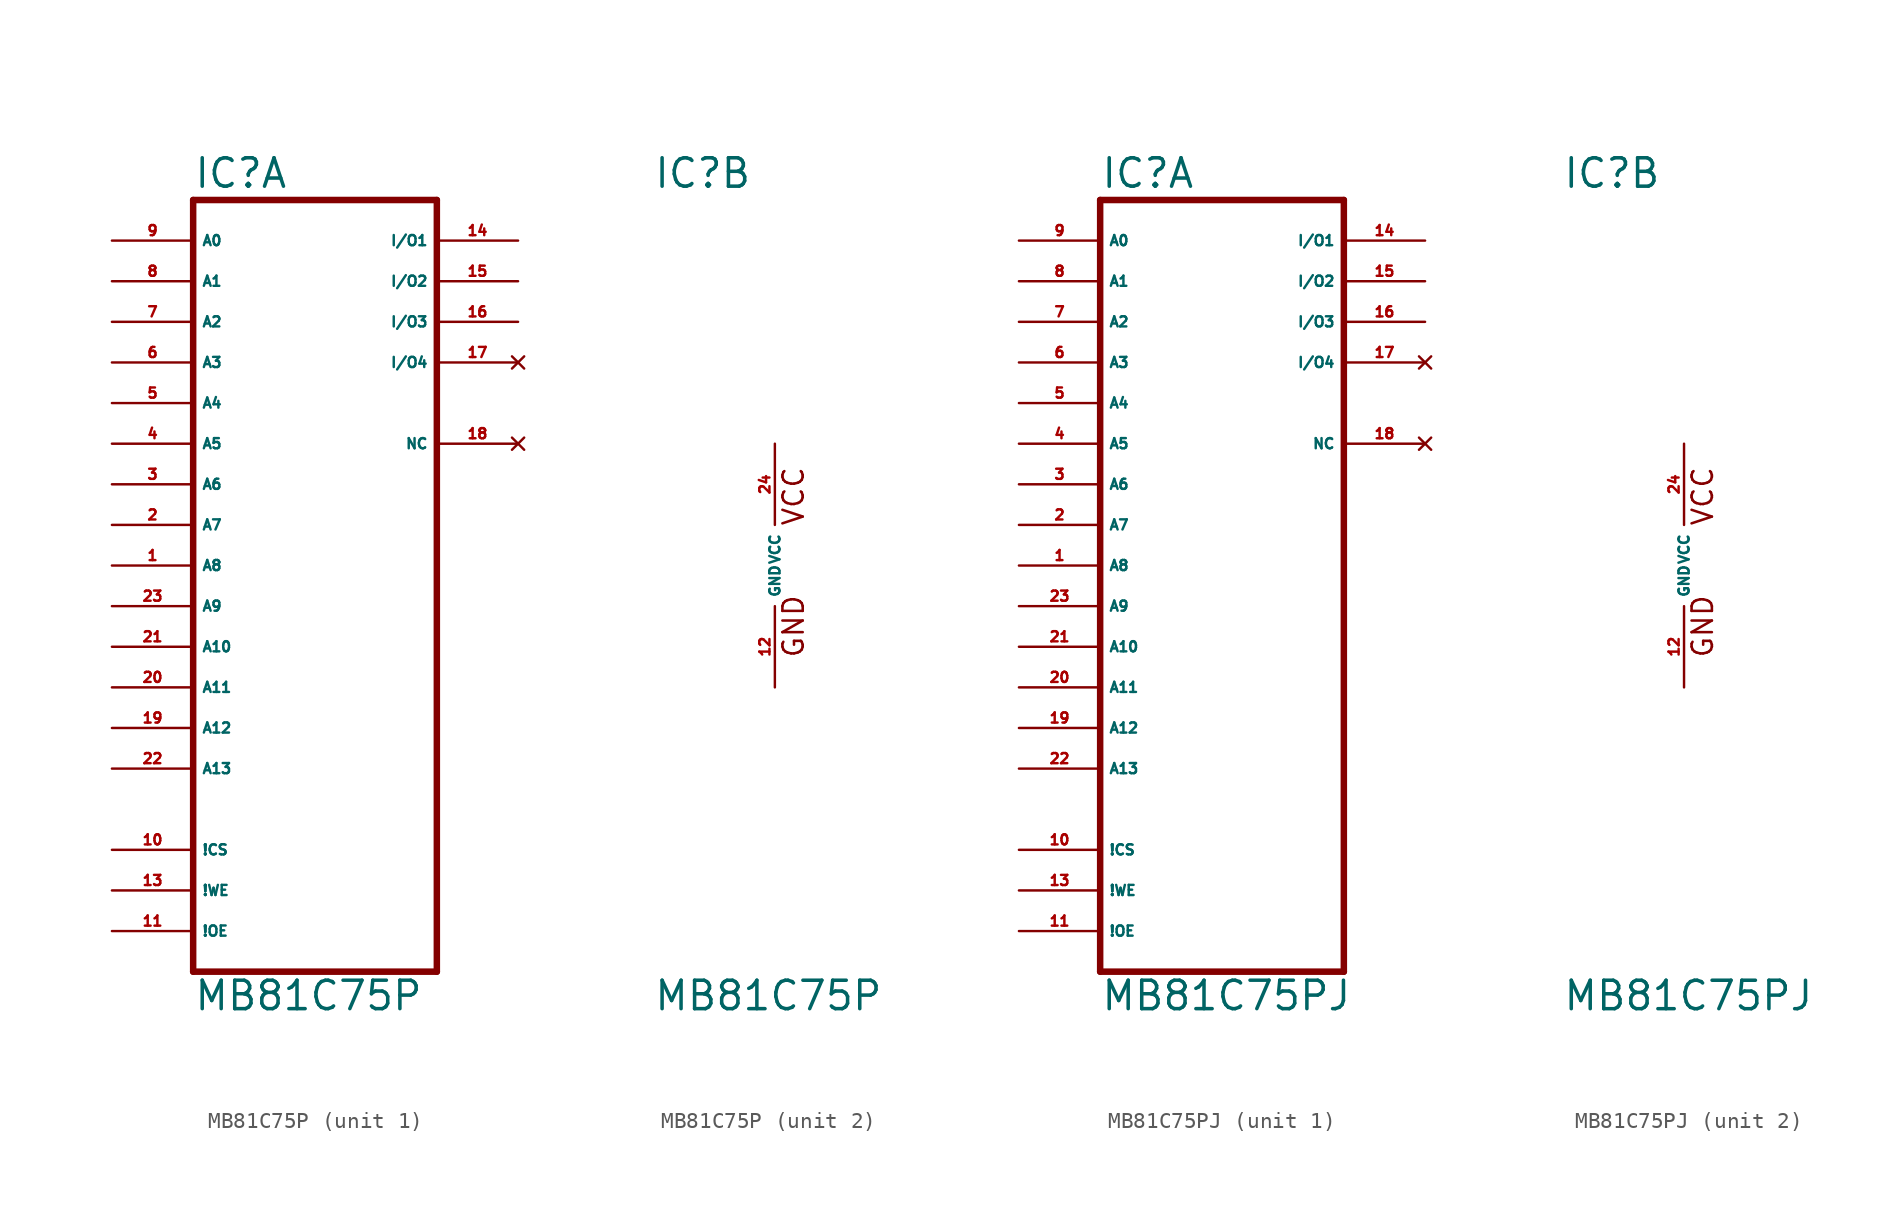
<source format=kicad_sym>
(kicad_symbol_lib
  (version 20220914)
  (generator Eagle2Kicad)
  (symbol "MB81C75P"
    (property "Reference" "IC"
      (at -7.62 23.495 0)
      (effects (font (size 1.778 1.778) (thickness 0.22)) (justify left bottom)))
    (property "Value" "MB81C75P"
      (at -7.62 -27.94 0)
      (effects (font (size 1.778 1.778) (thickness 0.22)) (justify left bottom)))
    (symbol "MB81C75P_1_0"
      (polyline (pts (xy -7.62 -25.4) (xy -7.62 22.86)) (stroke (width 0.406) (type default)) (fill (type none)))
      (polyline (pts (xy -7.62 22.86) (xy 7.62 22.86)) (stroke (width 0.406) (type default)) (fill (type none)))
      (polyline (pts (xy 7.62 22.86) (xy 7.62 -25.4)) (stroke (width 0.406) (type default)) (fill (type none)))
      (polyline (pts (xy 7.62 -25.4) (xy -7.62 -25.4)) (stroke (width 0.406) (type default)) (fill (type none)))
      (pin input line (at -12.7 20.32 0) (length 5.08) (name "A0" (effects (font (size 0.635 0.635) (thickness 0.08)) (justify left bottom))) (number "9" (effects (font (size 0.635 0.635) (thickness 0.08)) (justify left bottom))))
      (pin input line (at -12.7 17.78 0) (length 5.08) (name "A1" (effects (font (size 0.635 0.635) (thickness 0.08)) (justify left bottom))) (number "8" (effects (font (size 0.635 0.635) (thickness 0.08)) (justify left bottom))))
      (pin input line (at -12.7 15.24 0) (length 5.08) (name "A2" (effects (font (size 0.635 0.635) (thickness 0.08)) (justify left bottom))) (number "7" (effects (font (size 0.635 0.635) (thickness 0.08)) (justify left bottom))))
      (pin input line (at -12.7 12.7 0) (length 5.08) (name "A3" (effects (font (size 0.635 0.635) (thickness 0.08)) (justify left bottom))) (number "6" (effects (font (size 0.635 0.635) (thickness 0.08)) (justify left bottom))))
      (pin input line (at -12.7 10.16 0) (length 5.08) (name "A4" (effects (font (size 0.635 0.635) (thickness 0.08)) (justify left bottom))) (number "5" (effects (font (size 0.635 0.635) (thickness 0.08)) (justify left bottom))))
      (pin input line (at -12.7 5.08 0) (length 5.08) (name "A6" (effects (font (size 0.635 0.635) (thickness 0.08)) (justify left bottom))) (number "3" (effects (font (size 0.635 0.635) (thickness 0.08)) (justify left bottom))))
      (pin input line (at -12.7 7.62 0) (length 5.08) (name "A5" (effects (font (size 0.635 0.635) (thickness 0.08)) (justify left bottom))) (number "4" (effects (font (size 0.635 0.635) (thickness 0.08)) (justify left bottom))))
      (pin input line (at -12.7 2.54 0) (length 5.08) (name "A7" (effects (font (size 0.635 0.635) (thickness 0.08)) (justify left bottom))) (number "2" (effects (font (size 0.635 0.635) (thickness 0.08)) (justify left bottom))))
      (pin input line (at -12.7 0 0) (length 5.08) (name "A8" (effects (font (size 0.635 0.635) (thickness 0.08)) (justify left bottom))) (number "1" (effects (font (size 0.635 0.635) (thickness 0.08)) (justify left bottom))))
      (pin input line (at -12.7 -2.54 0) (length 5.08) (name "A9" (effects (font (size 0.635 0.635) (thickness 0.08)) (justify left bottom))) (number "23" (effects (font (size 0.635 0.635) (thickness 0.08)) (justify left bottom))))
      (pin input line (at -12.7 -5.08 0) (length 5.08) (name "A10" (effects (font (size 0.635 0.635) (thickness 0.08)) (justify left bottom))) (number "21" (effects (font (size 0.635 0.635) (thickness 0.08)) (justify left bottom))))
      (pin input line (at -12.7 -7.62 0) (length 5.08) (name "A11" (effects (font (size 0.635 0.635) (thickness 0.08)) (justify left bottom))) (number "20" (effects (font (size 0.635 0.635) (thickness 0.08)) (justify left bottom))))
      (pin bidirectional line (at 12.7 20.32 180) (length 5.08) (name "I/O1" (effects (font (size 0.635 0.635) (thickness 0.08)) (justify left bottom))) (number "14" (effects (font (size 0.635 0.635) (thickness 0.08)) (justify left bottom))))
      (pin bidirectional line (at 12.7 17.78 180) (length 5.08) (name "I/O2" (effects (font (size 0.635 0.635) (thickness 0.08)) (justify left bottom))) (number "15" (effects (font (size 0.635 0.635) (thickness 0.08)) (justify left bottom))))
      (pin bidirectional line (at 12.7 15.24 180) (length 5.08) (name "I/O3" (effects (font (size 0.635 0.635) (thickness 0.08)) (justify left bottom))) (number "16" (effects (font (size 0.635 0.635) (thickness 0.08)) (justify left bottom))))
      (pin no_connect line (at 12.7 12.7 180) (length 5.08) (name "I/O4" (effects (font (size 0.635 0.635) (thickness 0.08)) (justify left bottom) hide)) (number "17" (effects (font (size 0.635 0.635) (thickness 0.08)) (justify left bottom) hide)))
      (pin input line (at -12.7 -17.78 0) (length 5.08) (name "!CS" (effects (font (size 0.635 0.635) (thickness 0.08)) (justify left bottom))) (number "10" (effects (font (size 0.635 0.635) (thickness 0.08)) (justify left bottom))))
      (pin input line (at -12.7 -20.32 0) (length 5.08) (name "!WE" (effects (font (size 0.635 0.635) (thickness 0.08)) (justify left bottom))) (number "13" (effects (font (size 0.635 0.635) (thickness 0.08)) (justify left bottom))))
      (pin input line (at -12.7 -10.16 0) (length 5.08) (name "A12" (effects (font (size 0.635 0.635) (thickness 0.08)) (justify left bottom))) (number "19" (effects (font (size 0.635 0.635) (thickness 0.08)) (justify left bottom))))
      (pin input line (at -12.7 -12.7 0) (length 5.08) (name "A13" (effects (font (size 0.635 0.635) (thickness 0.08)) (justify left bottom))) (number "22" (effects (font (size 0.635 0.635) (thickness 0.08)) (justify left bottom))))
      (pin input line (at -12.7 -22.86 0) (length 5.08) (name "!OE" (effects (font (size 0.635 0.635) (thickness 0.08)) (justify left bottom))) (number "11" (effects (font (size 0.635 0.635) (thickness 0.08)) (justify left bottom))))
      (pin no_connect line (at 12.7 7.62 180) (length 5.08) (name "NC" (effects (font (size 0.635 0.635) (thickness 0.08)) (justify left bottom) hide)) (number "18" (effects (font (size 0.635 0.635) (thickness 0.08)) (justify left bottom) hide))))
    (symbol "MB81C75P_2_0"
      (text "VCC" (at 1.905 2.413 900) (effects (font (size 1.27 1.27) (thickness 0.16)) (justify left bottom)))
      (text "GND" (at 1.905 -5.842 900) (effects (font (size 1.27 1.27) (thickness 0.16)) (justify left bottom)))
      (pin unspecified line (at 0 -7.62 90) (length 5.08) (name "GND" (effects (font (size 0.635 0.635) (thickness 0.08)) (justify left bottom))) (number "12" (effects (font (size 0.635 0.635) (thickness 0.08)) (justify left bottom))))
      (pin unspecified line (at 0 7.62 270) (length 5.08) (name "VCC" (effects (font (size 0.635 0.635) (thickness 0.08)) (justify left bottom))) (number "24" (effects (font (size 0.635 0.635) (thickness 0.08)) (justify left bottom))))))
  (symbol "MB81C75PJ"
    (property "Reference" "IC"
      (at -7.62 23.495 0)
      (effects (font (size 1.778 1.778) (thickness 0.22)) (justify left bottom)))
    (property "Value" "MB81C75PJ"
      (at -7.62 -27.94 0)
      (effects (font (size 1.778 1.778) (thickness 0.22)) (justify left bottom)))
    (symbol "MB81C75PJ_1_0"
      (polyline (pts (xy -7.62 -25.4) (xy -7.62 22.86)) (stroke (width 0.406) (type default)) (fill (type none)))
      (polyline (pts (xy -7.62 22.86) (xy 7.62 22.86)) (stroke (width 0.406) (type default)) (fill (type none)))
      (polyline (pts (xy 7.62 22.86) (xy 7.62 -25.4)) (stroke (width 0.406) (type default)) (fill (type none)))
      (polyline (pts (xy 7.62 -25.4) (xy -7.62 -25.4)) (stroke (width 0.406) (type default)) (fill (type none)))
      (pin input line (at -12.7 20.32 0) (length 5.08) (name "A0" (effects (font (size 0.635 0.635) (thickness 0.08)) (justify left bottom))) (number "9" (effects (font (size 0.635 0.635) (thickness 0.08)) (justify left bottom))))
      (pin input line (at -12.7 17.78 0) (length 5.08) (name "A1" (effects (font (size 0.635 0.635) (thickness 0.08)) (justify left bottom))) (number "8" (effects (font (size 0.635 0.635) (thickness 0.08)) (justify left bottom))))
      (pin input line (at -12.7 15.24 0) (length 5.08) (name "A2" (effects (font (size 0.635 0.635) (thickness 0.08)) (justify left bottom))) (number "7" (effects (font (size 0.635 0.635) (thickness 0.08)) (justify left bottom))))
      (pin input line (at -12.7 12.7 0) (length 5.08) (name "A3" (effects (font (size 0.635 0.635) (thickness 0.08)) (justify left bottom))) (number "6" (effects (font (size 0.635 0.635) (thickness 0.08)) (justify left bottom))))
      (pin input line (at -12.7 10.16 0) (length 5.08) (name "A4" (effects (font (size 0.635 0.635) (thickness 0.08)) (justify left bottom))) (number "5" (effects (font (size 0.635 0.635) (thickness 0.08)) (justify left bottom))))
      (pin input line (at -12.7 5.08 0) (length 5.08) (name "A6" (effects (font (size 0.635 0.635) (thickness 0.08)) (justify left bottom))) (number "3" (effects (font (size 0.635 0.635) (thickness 0.08)) (justify left bottom))))
      (pin input line (at -12.7 7.62 0) (length 5.08) (name "A5" (effects (font (size 0.635 0.635) (thickness 0.08)) (justify left bottom))) (number "4" (effects (font (size 0.635 0.635) (thickness 0.08)) (justify left bottom))))
      (pin input line (at -12.7 2.54 0) (length 5.08) (name "A7" (effects (font (size 0.635 0.635) (thickness 0.08)) (justify left bottom))) (number "2" (effects (font (size 0.635 0.635) (thickness 0.08)) (justify left bottom))))
      (pin input line (at -12.7 0 0) (length 5.08) (name "A8" (effects (font (size 0.635 0.635) (thickness 0.08)) (justify left bottom))) (number "1" (effects (font (size 0.635 0.635) (thickness 0.08)) (justify left bottom))))
      (pin input line (at -12.7 -2.54 0) (length 5.08) (name "A9" (effects (font (size 0.635 0.635) (thickness 0.08)) (justify left bottom))) (number "23" (effects (font (size 0.635 0.635) (thickness 0.08)) (justify left bottom))))
      (pin input line (at -12.7 -5.08 0) (length 5.08) (name "A10" (effects (font (size 0.635 0.635) (thickness 0.08)) (justify left bottom))) (number "21" (effects (font (size 0.635 0.635) (thickness 0.08)) (justify left bottom))))
      (pin input line (at -12.7 -7.62 0) (length 5.08) (name "A11" (effects (font (size 0.635 0.635) (thickness 0.08)) (justify left bottom))) (number "20" (effects (font (size 0.635 0.635) (thickness 0.08)) (justify left bottom))))
      (pin bidirectional line (at 12.7 20.32 180) (length 5.08) (name "I/O1" (effects (font (size 0.635 0.635) (thickness 0.08)) (justify left bottom))) (number "14" (effects (font (size 0.635 0.635) (thickness 0.08)) (justify left bottom))))
      (pin bidirectional line (at 12.7 17.78 180) (length 5.08) (name "I/O2" (effects (font (size 0.635 0.635) (thickness 0.08)) (justify left bottom))) (number "15" (effects (font (size 0.635 0.635) (thickness 0.08)) (justify left bottom))))
      (pin bidirectional line (at 12.7 15.24 180) (length 5.08) (name "I/O3" (effects (font (size 0.635 0.635) (thickness 0.08)) (justify left bottom))) (number "16" (effects (font (size 0.635 0.635) (thickness 0.08)) (justify left bottom))))
      (pin no_connect line (at 12.7 12.7 180) (length 5.08) (name "I/O4" (effects (font (size 0.635 0.635) (thickness 0.08)) (justify left bottom) hide)) (number "17" (effects (font (size 0.635 0.635) (thickness 0.08)) (justify left bottom) hide)))
      (pin input line (at -12.7 -17.78 0) (length 5.08) (name "!CS" (effects (font (size 0.635 0.635) (thickness 0.08)) (justify left bottom))) (number "10" (effects (font (size 0.635 0.635) (thickness 0.08)) (justify left bottom))))
      (pin input line (at -12.7 -20.32 0) (length 5.08) (name "!WE" (effects (font (size 0.635 0.635) (thickness 0.08)) (justify left bottom))) (number "13" (effects (font (size 0.635 0.635) (thickness 0.08)) (justify left bottom))))
      (pin input line (at -12.7 -10.16 0) (length 5.08) (name "A12" (effects (font (size 0.635 0.635) (thickness 0.08)) (justify left bottom))) (number "19" (effects (font (size 0.635 0.635) (thickness 0.08)) (justify left bottom))))
      (pin input line (at -12.7 -12.7 0) (length 5.08) (name "A13" (effects (font (size 0.635 0.635) (thickness 0.08)) (justify left bottom))) (number "22" (effects (font (size 0.635 0.635) (thickness 0.08)) (justify left bottom))))
      (pin input line (at -12.7 -22.86 0) (length 5.08) (name "!OE" (effects (font (size 0.635 0.635) (thickness 0.08)) (justify left bottom))) (number "11" (effects (font (size 0.635 0.635) (thickness 0.08)) (justify left bottom))))
      (pin no_connect line (at 12.7 7.62 180) (length 5.08) (name "NC" (effects (font (size 0.635 0.635) (thickness 0.08)) (justify left bottom) hide)) (number "18" (effects (font (size 0.635 0.635) (thickness 0.08)) (justify left bottom) hide))))
    (symbol "MB81C75PJ_2_0"
      (text "VCC" (at 1.905 2.413 900) (effects (font (size 1.27 1.27) (thickness 0.16)) (justify left bottom)))
      (text "GND" (at 1.905 -5.842 900) (effects (font (size 1.27 1.27) (thickness 0.16)) (justify left bottom)))
      (pin unspecified line (at 0 -7.62 90) (length 5.08) (name "GND" (effects (font (size 0.635 0.635) (thickness 0.08)) (justify left bottom))) (number "12" (effects (font (size 0.635 0.635) (thickness 0.08)) (justify left bottom))))
      (pin unspecified line (at 0 7.62 270) (length 5.08) (name "VCC" (effects (font (size 0.635 0.635) (thickness 0.08)) (justify left bottom))) (number "24" (effects (font (size 0.635 0.635) (thickness 0.08)) (justify left bottom)))))))
</source>
